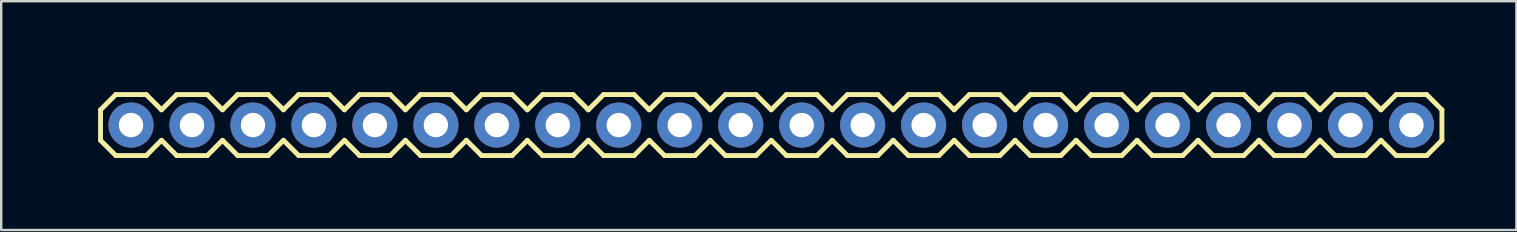
<source format=kicad_pcb>
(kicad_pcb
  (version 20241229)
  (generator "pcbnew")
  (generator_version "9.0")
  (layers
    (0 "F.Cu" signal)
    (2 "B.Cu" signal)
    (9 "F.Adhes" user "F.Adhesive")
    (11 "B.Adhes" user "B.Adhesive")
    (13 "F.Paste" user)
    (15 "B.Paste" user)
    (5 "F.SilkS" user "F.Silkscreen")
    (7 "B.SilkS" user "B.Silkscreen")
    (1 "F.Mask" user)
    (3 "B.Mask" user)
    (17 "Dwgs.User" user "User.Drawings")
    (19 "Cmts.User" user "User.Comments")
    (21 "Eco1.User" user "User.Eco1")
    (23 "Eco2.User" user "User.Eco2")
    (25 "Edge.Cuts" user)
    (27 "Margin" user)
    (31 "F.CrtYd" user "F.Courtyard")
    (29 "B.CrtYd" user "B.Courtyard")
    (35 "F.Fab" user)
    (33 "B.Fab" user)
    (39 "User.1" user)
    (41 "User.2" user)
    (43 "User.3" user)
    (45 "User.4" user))
  (footprint "SIP-22"
    (layer "F.Cu")
    (at 27.808 2.16)
    (property "Reference" "SIP-22" (at -24.206 -1.194 0) (layer "Eco1.User") (effects (font (size 1.27 1.27) (thickness 0.127))))
    (attr through_hole)
    (fp_line (start -26.67 -0.635) (end -26.67 0.635) (stroke (width 0.203) (type solid)) (layer "F.SilkS"))
    (fp_line (start -26.67 -0.635) (end -26.035 -1.27) (stroke (width 0.203) (type solid)) (layer "F.SilkS"))
    (fp_line (start -26.035 -1.27) (end -24.765 -1.27) (stroke (width 0.203) (type solid)) (layer "F.SilkS"))
    (fp_line (start -26.035 1.27) (end -26.67 0.635) (stroke (width 0.203) (type solid)) (layer "F.SilkS"))
    (fp_line (start -24.765 -1.27) (end -24.13 -0.635) (stroke (width 0.203) (type solid)) (layer "F.SilkS"))
    (fp_line (start -24.765 1.27) (end -26.035 1.27) (stroke (width 0.203) (type solid)) (layer "F.SilkS"))
    (fp_line (start -24.13 -0.635) (end -23.495 -1.27) (stroke (width 0.203) (type solid)) (layer "F.SilkS"))
    (fp_line (start -24.13 0.635) (end -24.765 1.27) (stroke (width 0.203) (type solid)) (layer "F.SilkS"))
    (fp_line (start -23.495 -1.27) (end -22.225 -1.27) (stroke (width 0.203) (type solid)) (layer "F.SilkS"))
    (fp_line (start -23.495 1.27) (end -24.13 0.635) (stroke (width 0.203) (type solid)) (layer "F.SilkS"))
    (fp_line (start -22.225 -1.27) (end -21.59 -0.635) (stroke (width 0.203) (type solid)) (layer "F.SilkS"))
    (fp_line (start -22.225 1.27) (end -23.495 1.27) (stroke (width 0.203) (type solid)) (layer "F.SilkS"))
    (fp_line (start -21.59 0.635) (end -22.225 1.27) (stroke (width 0.203) (type solid)) (layer "F.SilkS"))
    (fp_line (start -21.59 0.635) (end -20.955 1.27) (stroke (width 0.203) (type solid)) (layer "F.SilkS"))
    (fp_line (start -20.955 -1.27) (end -21.59 -0.635) (stroke (width 0.203) (type solid)) (layer "F.SilkS"))
    (fp_line (start -20.955 -1.27) (end -19.685 -1.27) (stroke (width 0.203) (type solid)) (layer "F.SilkS"))
    (fp_line (start -19.685 -1.27) (end -19.05 -0.635) (stroke (width 0.203) (type solid)) (layer "F.SilkS"))
    (fp_line (start -19.685 1.27) (end -20.955 1.27) (stroke (width 0.203) (type solid)) (layer "F.SilkS"))
    (fp_line (start -19.05 -0.635) (end -18.415 -1.27) (stroke (width 0.203) (type solid)) (layer "F.SilkS"))
    (fp_line (start -19.05 0.635) (end -19.685 1.27) (stroke (width 0.203) (type solid)) (layer "F.SilkS"))
    (fp_line (start -18.415 -1.27) (end -17.145 -1.27) (stroke (width 0.203) (type solid)) (layer "F.SilkS"))
    (fp_line (start -18.415 1.27) (end -19.05 0.635) (stroke (width 0.203) (type solid)) (layer "F.SilkS"))
    (fp_line (start -17.145 -1.27) (end -16.51 -0.635) (stroke (width 0.203) (type solid)) (layer "F.SilkS"))
    (fp_line (start -17.145 1.27) (end -18.415 1.27) (stroke (width 0.203) (type solid)) (layer "F.SilkS"))
    (fp_line (start -16.51 -0.635) (end -15.875 -1.27) (stroke (width 0.203) (type solid)) (layer "F.SilkS"))
    (fp_line (start -16.51 0.635) (end -17.145 1.27) (stroke (width 0.203) (type solid)) (layer "F.SilkS"))
    (fp_line (start -15.875 -1.27) (end -14.605 -1.27) (stroke (width 0.203) (type solid)) (layer "F.SilkS"))
    (fp_line (start -15.875 1.27) (end -16.51 0.635) (stroke (width 0.203) (type solid)) (layer "F.SilkS"))
    (fp_line (start -14.605 -1.27) (end -13.97 -0.635) (stroke (width 0.203) (type solid)) (layer "F.SilkS"))
    (fp_line (start -14.605 1.27) (end -15.875 1.27) (stroke (width 0.203) (type solid)) (layer "F.SilkS"))
    (fp_line (start -13.97 0.635) (end -14.605 1.27) (stroke (width 0.203) (type solid)) (layer "F.SilkS"))
    (fp_line (start -13.97 0.635) (end -13.335 1.27) (stroke (width 0.203) (type solid)) (layer "F.SilkS"))
    (fp_line (start -13.335 -1.27) (end -13.97 -0.635) (stroke (width 0.203) (type solid)) (layer "F.SilkS"))
    (fp_line (start -13.335 -1.27) (end -12.065 -1.27) (stroke (width 0.203) (type solid)) (layer "F.SilkS"))
    (fp_line (start -12.065 -1.27) (end -11.43 -0.635) (stroke (width 0.203) (type solid)) (layer "F.SilkS"))
    (fp_line (start -12.065 1.27) (end -13.335 1.27) (stroke (width 0.203) (type solid)) (layer "F.SilkS"))
    (fp_line (start -11.43 0.635) (end -12.065 1.27) (stroke (width 0.203) (type solid)) (layer "F.SilkS"))
    (fp_line (start -11.43 0.635) (end -10.795 1.27) (stroke (width 0.203) (type solid)) (layer "F.SilkS"))
    (fp_line (start -10.795 -1.27) (end -11.43 -0.635) (stroke (width 0.203) (type solid)) (layer "F.SilkS"))
    (fp_line (start -10.795 -1.27) (end -9.525 -1.27) (stroke (width 0.203) (type solid)) (layer "F.SilkS"))
    (fp_line (start -9.525 -1.27) (end -8.89 -0.635) (stroke (width 0.203) (type solid)) (layer "F.SilkS"))
    (fp_line (start -9.525 1.27) (end -10.795 1.27) (stroke (width 0.203) (type solid)) (layer "F.SilkS"))
    (fp_line (start -8.89 -0.635) (end -8.255 -1.27) (stroke (width 0.203) (type solid)) (layer "F.SilkS"))
    (fp_line (start -8.89 0.635) (end -9.525 1.27) (stroke (width 0.203) (type solid)) (layer "F.SilkS"))
    (fp_line (start -8.255 -1.27) (end -6.985 -1.27) (stroke (width 0.203) (type solid)) (layer "F.SilkS"))
    (fp_line (start -8.255 1.27) (end -8.89 0.635) (stroke (width 0.203) (type solid)) (layer "F.SilkS"))
    (fp_line (start -6.985 -1.27) (end -6.35 -0.635) (stroke (width 0.203) (type solid)) (layer "F.SilkS"))
    (fp_line (start -6.985 1.27) (end -8.255 1.27) (stroke (width 0.203) (type solid)) (layer "F.SilkS"))
    (fp_line (start -6.35 -0.635) (end -5.715 -1.27) (stroke (width 0.203) (type solid)) (layer "F.SilkS"))
    (fp_line (start -6.35 0.635) (end -6.985 1.27) (stroke (width 0.203) (type solid)) (layer "F.SilkS"))
    (fp_line (start -5.715 -1.27) (end -4.445 -1.27) (stroke (width 0.203) (type solid)) (layer "F.SilkS"))
    (fp_line (start -5.715 1.27) (end -6.35 0.635) (stroke (width 0.203) (type solid)) (layer "F.SilkS"))
    (fp_line (start -4.445 -1.27) (end -3.81 -0.635) (stroke (width 0.203) (type solid)) (layer "F.SilkS"))
    (fp_line (start -4.445 1.27) (end -5.715 1.27) (stroke (width 0.203) (type solid)) (layer "F.SilkS"))
    (fp_line (start -3.81 0.635) (end -4.445 1.27) (stroke (width 0.203) (type solid)) (layer "F.SilkS"))
    (fp_line (start -3.81 0.635) (end -3.175 1.27) (stroke (width 0.203) (type solid)) (layer "F.SilkS"))
    (fp_line (start -3.175 -1.27) (end -3.81 -0.635) (stroke (width 0.203) (type solid)) (layer "F.SilkS"))
    (fp_line (start -3.175 -1.27) (end -1.905 -1.27) (stroke (width 0.203) (type solid)) (layer "F.SilkS"))
    (fp_line (start -1.905 -1.27) (end -1.27 -0.635) (stroke (width 0.203) (type solid)) (layer "F.SilkS"))
    (fp_line (start -1.905 1.27) (end -3.175 1.27) (stroke (width 0.203) (type solid)) (layer "F.SilkS"))
    (fp_line (start -1.27 -0.635) (end -0.635 -1.27) (stroke (width 0.203) (type solid)) (layer "F.SilkS"))
    (fp_line (start -1.27 0.635) (end -1.905 1.27) (stroke (width 0.203) (type solid)) (layer "F.SilkS"))
    (fp_line (start -0.635 -1.27) (end 0.635 -1.27) (stroke (width 0.203) (type solid)) (layer "F.SilkS"))
    (fp_line (start -0.635 1.27) (end -1.27 0.635) (stroke (width 0.203) (type solid)) (layer "F.SilkS"))
    (fp_line (start 0.635 -1.27) (end 1.27 -0.635) (stroke (width 0.203) (type solid)) (layer "F.SilkS"))
    (fp_line (start 0.635 1.27) (end -0.635 1.27) (stroke (width 0.203) (type solid)) (layer "F.SilkS"))
    (fp_line (start 1.27 -0.635) (end 1.905 -1.27) (stroke (width 0.203) (type solid)) (layer "F.SilkS"))
    (fp_line (start 1.27 0.635) (end 0.635 1.27) (stroke (width 0.203) (type solid)) (layer "F.SilkS"))
    (fp_line (start 1.905 -1.27) (end 3.175 -1.27) (stroke (width 0.203) (type solid)) (layer "F.SilkS"))
    (fp_line (start 1.905 1.27) (end 1.27 0.635) (stroke (width 0.203) (type solid)) (layer "F.SilkS"))
    (fp_line (start 3.175 -1.27) (end 3.81 -0.635) (stroke (width 0.203) (type solid)) (layer "F.SilkS"))
    (fp_line (start 3.175 1.27) (end 1.905 1.27) (stroke (width 0.203) (type solid)) (layer "F.SilkS"))
    (fp_line (start 3.81 0.635) (end 3.175 1.27) (stroke (width 0.203) (type solid)) (layer "F.SilkS"))
    (fp_line (start 3.81 0.635) (end 4.445 1.27) (stroke (width 0.203) (type solid)) (layer "F.SilkS"))
    (fp_line (start 4.445 -1.27) (end 3.81 -0.635) (stroke (width 0.203) (type solid)) (layer "F.SilkS"))
    (fp_line (start 4.445 -1.27) (end 5.715 -1.27) (stroke (width 0.203) (type solid)) (layer "F.SilkS"))
    (fp_line (start 5.715 -1.27) (end 6.35 -0.635) (stroke (width 0.203) (type solid)) (layer "F.SilkS"))
    (fp_line (start 5.715 1.27) (end 4.445 1.27) (stroke (width 0.203) (type solid)) (layer "F.SilkS"))
    (fp_line (start 6.35 0.635) (end 5.715 1.27) (stroke (width 0.203) (type solid)) (layer "F.SilkS"))
    (fp_line (start 6.35 0.635) (end 6.985 1.27) (stroke (width 0.203) (type solid)) (layer "F.SilkS"))
    (fp_line (start 6.985 -1.27) (end 6.35 -0.635) (stroke (width 0.203) (type solid)) (layer "F.SilkS"))
    (fp_line (start 6.985 -1.27) (end 8.255 -1.27) (stroke (width 0.203) (type solid)) (layer "F.SilkS"))
    (fp_line (start 8.255 -1.27) (end 8.89 -0.635) (stroke (width 0.203) (type solid)) (layer "F.SilkS"))
    (fp_line (start 8.255 1.27) (end 6.985 1.27) (stroke (width 0.203) (type solid)) (layer "F.SilkS"))
    (fp_line (start 8.89 0.635) (end 8.255 1.27) (stroke (width 0.203) (type solid)) (layer "F.SilkS"))
    (fp_line (start 8.89 0.635) (end 9.525 1.27) (stroke (width 0.203) (type solid)) (layer "F.SilkS"))
    (fp_line (start 9.525 -1.27) (end 8.89 -0.635) (stroke (width 0.203) (type solid)) (layer "F.SilkS"))
    (fp_line (start 9.525 -1.27) (end 10.795 -1.27) (stroke (width 0.203) (type solid)) (layer "F.SilkS"))
    (fp_line (start 10.795 -1.27) (end 11.43 -0.635) (stroke (width 0.203) (type solid)) (layer "F.SilkS"))
    (fp_line (start 10.795 1.27) (end 9.525 1.27) (stroke (width 0.203) (type solid)) (layer "F.SilkS"))
    (fp_line (start 11.43 0.635) (end 10.795 1.27) (stroke (width 0.203) (type solid)) (layer "F.SilkS"))
    (fp_line (start 11.43 0.635) (end 12.065 1.27) (stroke (width 0.203) (type solid)) (layer "F.SilkS"))
    (fp_line (start 12.065 -1.27) (end 11.43 -0.635) (stroke (width 0.203) (type solid)) (layer "F.SilkS"))
    (fp_line (start 12.065 -1.27) (end 13.335 -1.27) (stroke (width 0.203) (type solid)) (layer "F.SilkS"))
    (fp_line (start 13.335 -1.27) (end 13.97 -0.635) (stroke (width 0.203) (type solid)) (layer "F.SilkS"))
    (fp_line (start 13.335 1.27) (end 12.065 1.27) (stroke (width 0.203) (type solid)) (layer "F.SilkS"))
    (fp_line (start 13.97 0.635) (end 13.335 1.27) (stroke (width 0.203) (type solid)) (layer "F.SilkS"))
    (fp_line (start 13.97 0.635) (end 14.605 1.27) (stroke (width 0.203) (type solid)) (layer "F.SilkS"))
    (fp_line (start 14.605 -1.27) (end 13.97 -0.635) (stroke (width 0.203) (type solid)) (layer "F.SilkS"))
    (fp_line (start 14.605 -1.27) (end 15.875 -1.27) (stroke (width 0.203) (type solid)) (layer "F.SilkS"))
    (fp_line (start 15.875 -1.27) (end 16.51 -0.635) (stroke (width 0.203) (type solid)) (layer "F.SilkS"))
    (fp_line (start 15.875 1.27) (end 14.605 1.27) (stroke (width 0.203) (type solid)) (layer "F.SilkS"))
    (fp_line (start 16.51 0.635) (end 15.875 1.27) (stroke (width 0.203) (type solid)) (layer "F.SilkS"))
    (fp_line (start 16.51 0.635) (end 17.145 1.27) (stroke (width 0.203) (type solid)) (layer "F.SilkS"))
    (fp_line (start 17.145 -1.27) (end 16.51 -0.635) (stroke (width 0.203) (type solid)) (layer "F.SilkS"))
    (fp_line (start 17.145 -1.27) (end 18.415 -1.27) (stroke (width 0.203) (type solid)) (layer "F.SilkS"))
    (fp_line (start 18.415 -1.27) (end 19.05 -0.635) (stroke (width 0.203) (type solid)) (layer "F.SilkS"))
    (fp_line (start 18.415 1.27) (end 17.145 1.27) (stroke (width 0.203) (type solid)) (layer "F.SilkS"))
    (fp_line (start 19.05 0.635) (end 18.415 1.27) (stroke (width 0.203) (type solid)) (layer "F.SilkS"))
    (fp_line (start 19.05 0.635) (end 19.685 1.27) (stroke (width 0.203) (type solid)) (layer "F.SilkS"))
    (fp_line (start 19.685 -1.27) (end 19.05 -0.635) (stroke (width 0.203) (type solid)) (layer "F.SilkS"))
    (fp_line (start 19.685 -1.27) (end 20.955 -1.27) (stroke (width 0.203) (type solid)) (layer "F.SilkS"))
    (fp_line (start 20.955 -1.27) (end 21.59 -0.635) (stroke (width 0.203) (type solid)) (layer "F.SilkS"))
    (fp_line (start 20.955 1.27) (end 19.685 1.27) (stroke (width 0.203) (type solid)) (layer "F.SilkS"))
    (fp_line (start 21.59 0.635) (end 20.955 1.27) (stroke (width 0.203) (type solid)) (layer "F.SilkS"))
    (fp_line (start 21.59 0.635) (end 22.225 1.27) (stroke (width 0.203) (type solid)) (layer "F.SilkS"))
    (fp_line (start 22.225 -1.27) (end 21.59 -0.635) (stroke (width 0.203) (type solid)) (layer "F.SilkS"))
    (fp_line (start 22.225 -1.27) (end 23.495 -1.27) (stroke (width 0.203) (type solid)) (layer "F.SilkS"))
    (fp_line (start 23.495 -1.27) (end 24.13 -0.635) (stroke (width 0.203) (type solid)) (layer "F.SilkS"))
    (fp_line (start 23.495 1.27) (end 22.225 1.27) (stroke (width 0.203) (type solid)) (layer "F.SilkS"))
    (fp_line (start 24.13 0.635) (end 23.495 1.27) (stroke (width 0.203) (type solid)) (layer "F.SilkS"))
    (fp_line (start 24.13 0.635) (end 24.765 1.27) (stroke (width 0.203) (type solid)) (layer "F.SilkS"))
    (fp_line (start 24.765 -1.27) (end 24.13 -0.635) (stroke (width 0.203) (type solid)) (layer "F.SilkS"))
    (fp_line (start 24.765 -1.27) (end 26.035 -1.27) (stroke (width 0.203) (type solid)) (layer "F.SilkS"))
    (fp_line (start 26.035 -1.27) (end 26.67 -0.635) (stroke (width 0.203) (type solid)) (layer "F.SilkS"))
    (fp_line (start 26.035 1.27) (end 24.765 1.27) (stroke (width 0.203) (type solid)) (layer "F.SilkS"))
    (fp_line (start 26.67 0.635) (end 26.035 1.27) (stroke (width 0.203) (type solid)) (layer "F.SilkS"))
    (fp_line (start 26.67 0.635) (end 27.305 1.27) (stroke (width 0.203) (type solid)) (layer "F.SilkS"))
    (fp_line (start 27.305 -1.27) (end 26.67 -0.635) (stroke (width 0.203) (type solid)) (layer "F.SilkS"))
    (fp_line (start 27.305 -1.27) (end 28.575 -1.27) (stroke (width 0.203) (type solid)) (layer "F.SilkS"))
    (fp_line (start 28.575 -1.27) (end 29.21 -0.635) (stroke (width 0.203) (type solid)) (layer "F.SilkS"))
    (fp_line (start 28.575 1.27) (end 27.305 1.27) (stroke (width 0.203) (type solid)) (layer "F.SilkS"))
    (fp_line (start 29.21 -0.635) (end 29.21 0.635) (stroke (width 0.203) (type solid)) (layer "F.SilkS"))
    (fp_line (start 29.21 0.635) (end 28.575 1.27) (stroke (width 0.203) (type solid)) (layer "F.SilkS"))
    (pad "1" thru_hole oval (at -25.4 0 90) (size 1.88 1.88) (drill 1.016) (layers "*.Cu" "*.Mask"))
    (pad "2" thru_hole oval (at -22.86 0 90) (size 1.88 1.88) (drill 1.016) (layers "*.Cu" "*.Mask"))
    (pad "3" thru_hole oval (at -20.32 0 90) (size 1.88 1.88) (drill 1.016) (layers "*.Cu" "*.Mask"))
    (pad "4" thru_hole oval (at -17.78 0 90) (size 1.88 1.88) (drill 1.016) (layers "*.Cu" "*.Mask"))
    (pad "5" thru_hole oval (at -15.24 0 90) (size 1.88 1.88) (drill 1.016) (layers "*.Cu" "*.Mask"))
    (pad "6" thru_hole oval (at -12.7 0 90) (size 1.88 1.88) (drill 1.016) (layers "*.Cu" "*.Mask"))
    (pad "7" thru_hole oval (at -10.16 0 90) (size 1.88 1.88) (drill 1.016) (layers "*.Cu" "*.Mask"))
    (pad "8" thru_hole oval (at -7.62 0 90) (size 1.88 1.88) (drill 1.016) (layers "*.Cu" "*.Mask"))
    (pad "9" thru_hole oval (at -5.08 0 90) (size 1.88 1.88) (drill 1.016) (layers "*.Cu" "*.Mask"))
    (pad "10" thru_hole oval (at -2.54 0 90) (size 1.88 1.88) (drill 1.016) (layers "*.Cu" "*.Mask"))
    (pad "11" thru_hole oval (at 0 0 90) (size 1.88 1.88) (drill 1.016) (layers "*.Cu" "*.Mask"))
    (pad "12" thru_hole oval (at 2.54 0 90) (size 1.88 1.88) (drill 1.016) (layers "*.Cu" "*.Mask"))
    (pad "13" thru_hole oval (at 5.08 0 90) (size 1.88 1.88) (drill 1.016) (layers "*.Cu" "*.Mask"))
    (pad "14" thru_hole oval (at 7.62 0 90) (size 1.88 1.88) (drill 1.016) (layers "*.Cu" "*.Mask"))
    (pad "15" thru_hole oval (at 10.16 0 90) (size 1.88 1.88) (drill 1.016) (layers "*.Cu" "*.Mask"))
    (pad "16" thru_hole oval (at 12.7 0 90) (size 1.88 1.88) (drill 1.016) (layers "*.Cu" "*.Mask"))
    (pad "17" thru_hole oval (at 15.24 0 90) (size 1.88 1.88) (drill 1.016) (layers "*.Cu" "*.Mask"))
    (pad "18" thru_hole oval (at 17.78 0 90) (size 1.88 1.88) (drill 1.016) (layers "*.Cu" "*.Mask"))
    (pad "19" thru_hole oval (at 20.32 0 90) (size 1.88 1.88) (drill 1.016) (layers "*.Cu" "*.Mask"))
    (pad "20" thru_hole oval (at 22.86 0 90) (size 1.88 1.88) (drill 1.016) (layers "*.Cu" "*.Mask"))
    (pad "21" thru_hole oval (at 25.4 0 90) (size 1.88 1.88) (drill 1.016) (layers "*.Cu" "*.Mask"))
    (pad "22" thru_hole oval (at 27.94 0 90) (size 1.88 1.88) (drill 1.016) (layers "*.Cu" "*.Mask")))
  (gr_rect
    (start -3 -3)
    (end 60.119 6.531)
    (stroke (width 0.1) (type default))
    (fill no)
    (layer "Edge.Cuts")))
</source>
